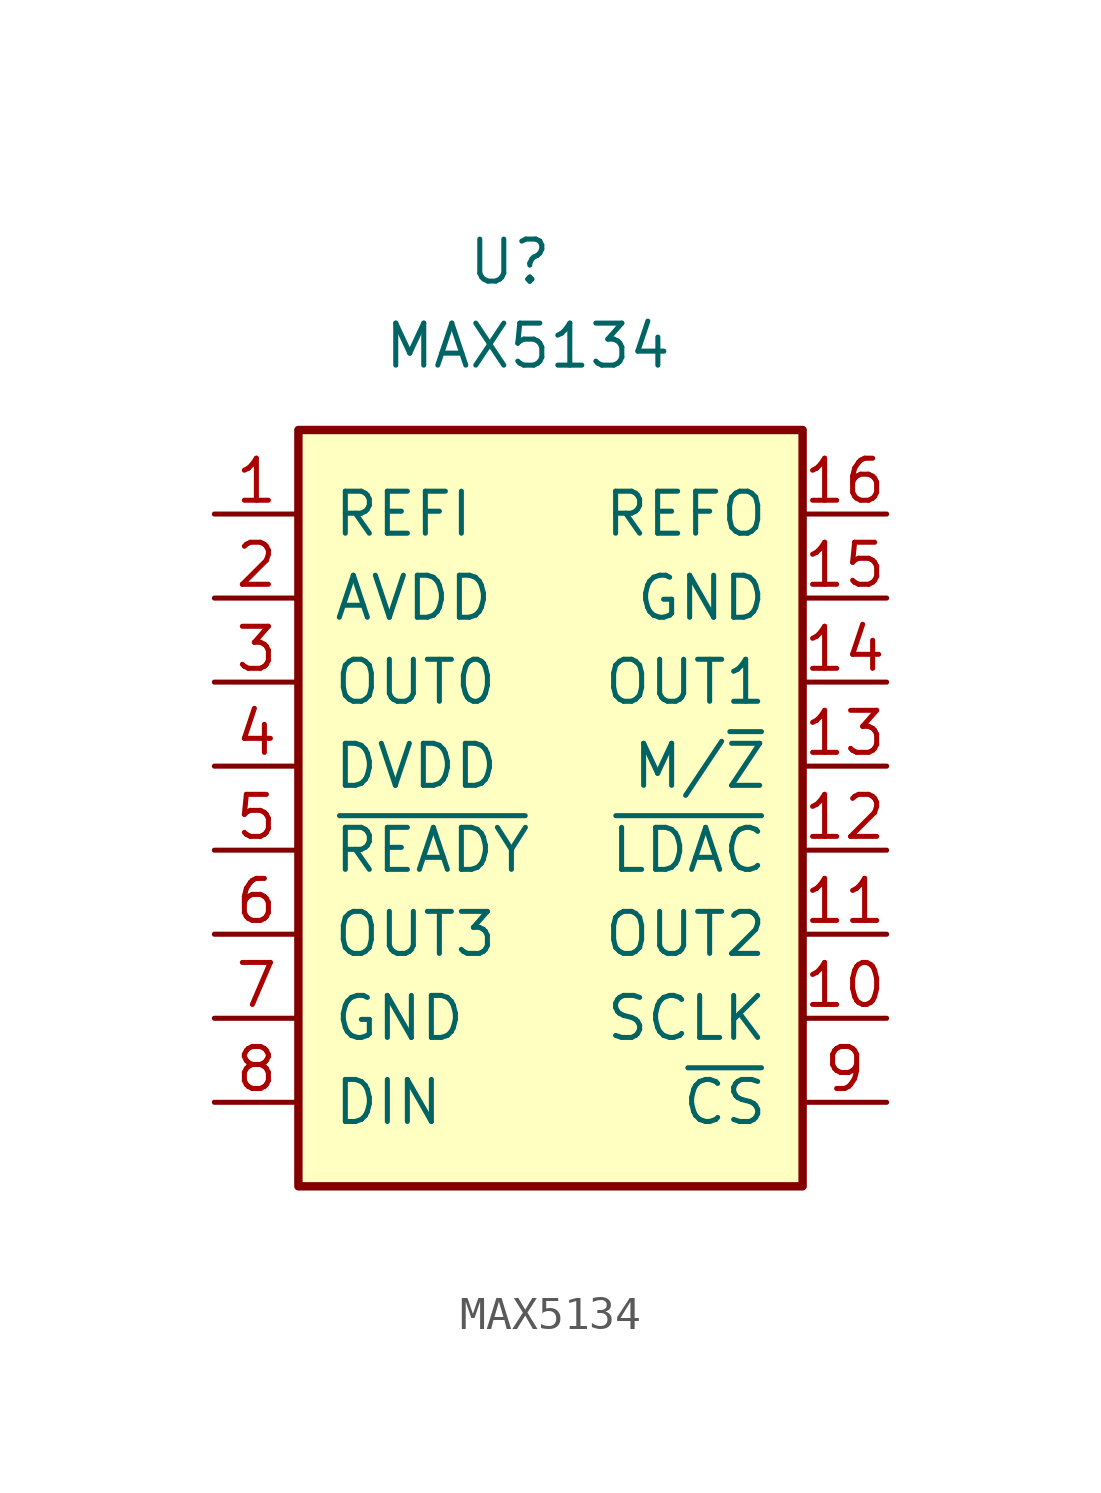
<source format=kicad_sym>
(kicad_symbol_lib
  (version 20201005)
  (generator kicad_symbol_editor)
  (symbol "MAX5134"
    (pin_names
      (offset 1.016))
    (property "Reference" "U"
      (at -2.54 17.78 0)
      (effects (font (size 1.27 1.27)) (justify left)))
    (property "Value" "MAX5134"
      (at -5.08 15.24 0)
      (effects (font (size 1.27 1.27)) (justify left)))
    (symbol "MAX5134_0_1"
      (rectangle (start -7.62 12.7) (end 7.62 -10.16) (stroke (width 0.254)) (fill (type background))))
    (symbol "MAX5134_1_1"
      (pin input line (at -10.16 10.16 0) (length 2.54) (name "REFI" (effects (font (size 1.27 1.27)))) (number "1" (effects (font (size 1.27 1.27)))))
      (pin input line (at 10.16 -5.08 180) (length 2.54) (name "SCLK" (effects (font (size 1.27 1.27)))) (number "10" (effects (font (size 1.27 1.27)))))
      (pin output line (at 10.16 -2.54 180) (length 2.54) (name "OUT2" (effects (font (size 1.27 1.27)))) (number "11" (effects (font (size 1.27 1.27)))))
      (pin input line (at 10.16 0 180) (length 2.54) (name "~LDAC" (effects (font (size 1.27 1.27)))) (number "12" (effects (font (size 1.27 1.27)))))
      (pin input line (at 10.16 2.54 180) (length 2.54) (name "M/~Z" (effects (font (size 1.27 1.27)))) (number "13" (effects (font (size 1.27 1.27)))))
      (pin output line (at 10.16 5.08 180) (length 2.54) (name "OUT1" (effects (font (size 1.27 1.27)))) (number "14" (effects (font (size 1.27 1.27)))))
      (pin power_in line (at 10.16 7.62 180) (length 2.54) (name "GND" (effects (font (size 1.27 1.27)))) (number "15" (effects (font (size 1.27 1.27)))))
      (pin output line (at 10.16 10.16 180) (length 2.54) (name "REFO" (effects (font (size 1.27 1.27)))) (number "16" (effects (font (size 1.27 1.27)))))
      (pin power_in line (at -10.16 7.62 0) (length 2.54) (name "AVDD" (effects (font (size 1.27 1.27)))) (number "2" (effects (font (size 1.27 1.27)))))
      (pin output line (at -10.16 5.08 0) (length 2.54) (name "OUT0" (effects (font (size 1.27 1.27)))) (number "3" (effects (font (size 1.27 1.27)))))
      (pin power_in line (at -10.16 2.54 0) (length 2.54) (name "DVDD" (effects (font (size 1.27 1.27)))) (number "4" (effects (font (size 1.27 1.27)))))
      (pin input line (at -10.16 0 0) (length 2.54) (name "~READY" (effects (font (size 1.27 1.27)))) (number "5" (effects (font (size 1.27 1.27)))))
      (pin output line (at -10.16 -2.54 0) (length 2.54) (name "OUT3" (effects (font (size 1.27 1.27)))) (number "6" (effects (font (size 1.27 1.27)))))
      (pin power_in line (at -10.16 -5.08 0) (length 2.54) (name "GND" (effects (font (size 1.27 1.27)))) (number "7" (effects (font (size 1.27 1.27)))))
      (pin input line (at -10.16 -7.62 0) (length 2.54) (name "DIN" (effects (font (size 1.27 1.27)))) (number "8" (effects (font (size 1.27 1.27)))))
      (pin input line (at 10.16 -7.62 180) (length 2.54) (name "~CS" (effects (font (size 1.27 1.27)))) (number "9" (effects (font (size 1.27 1.27))))))))
</source>
